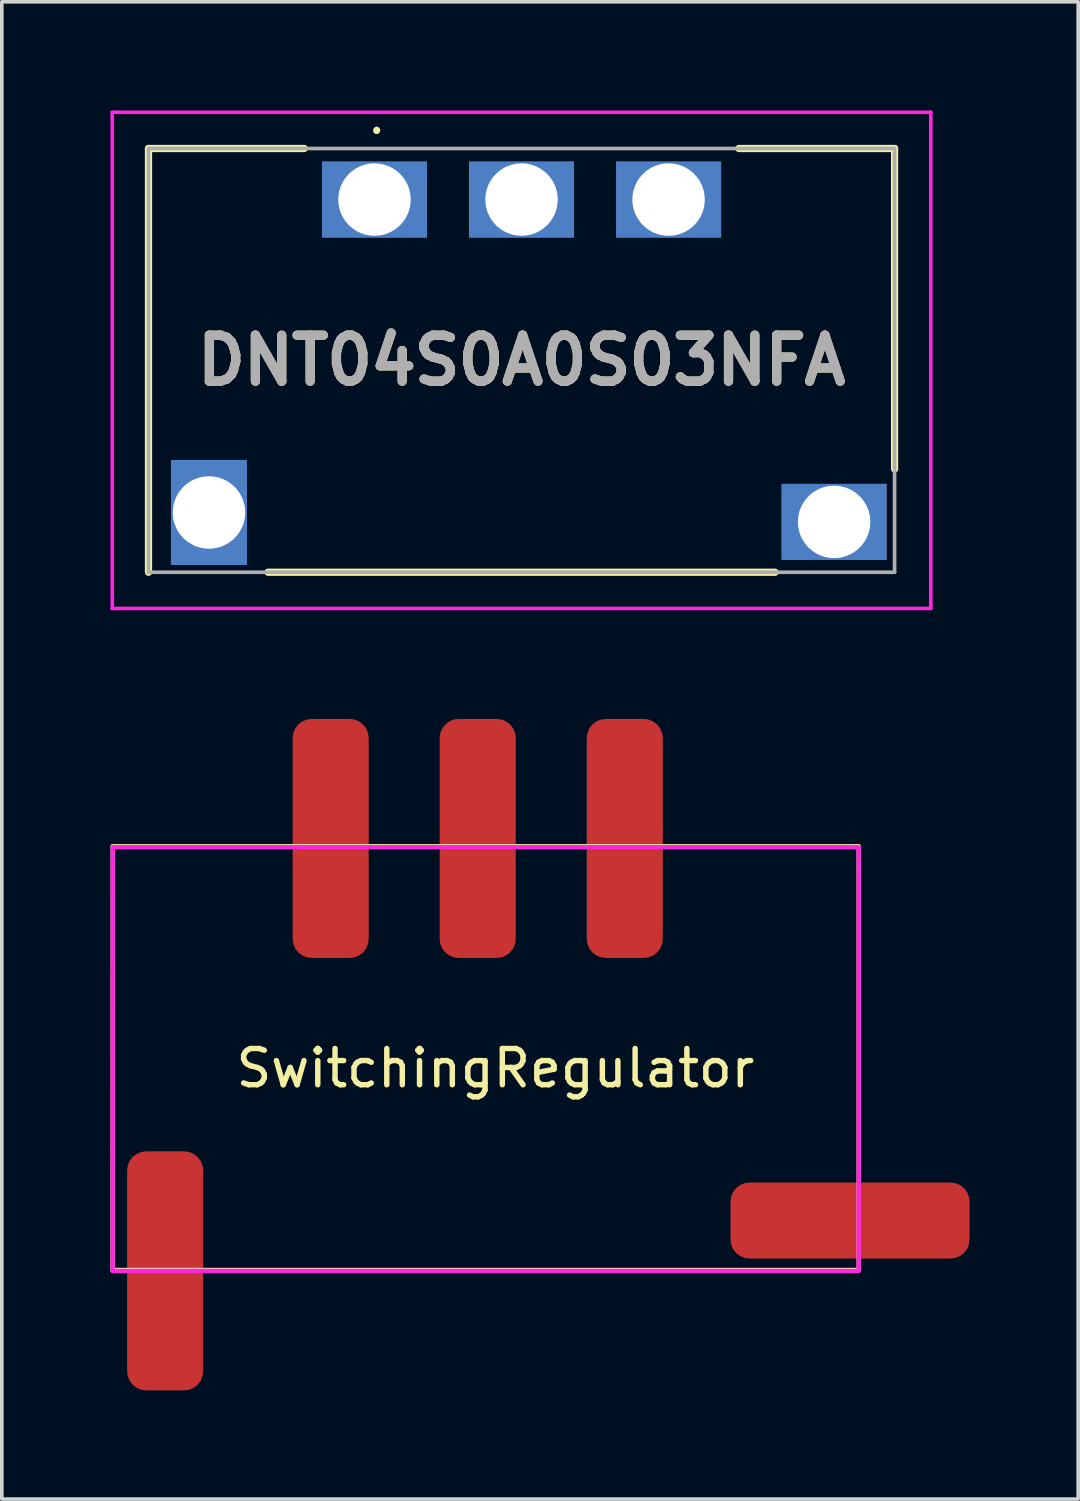
<source format=kicad_pcb>
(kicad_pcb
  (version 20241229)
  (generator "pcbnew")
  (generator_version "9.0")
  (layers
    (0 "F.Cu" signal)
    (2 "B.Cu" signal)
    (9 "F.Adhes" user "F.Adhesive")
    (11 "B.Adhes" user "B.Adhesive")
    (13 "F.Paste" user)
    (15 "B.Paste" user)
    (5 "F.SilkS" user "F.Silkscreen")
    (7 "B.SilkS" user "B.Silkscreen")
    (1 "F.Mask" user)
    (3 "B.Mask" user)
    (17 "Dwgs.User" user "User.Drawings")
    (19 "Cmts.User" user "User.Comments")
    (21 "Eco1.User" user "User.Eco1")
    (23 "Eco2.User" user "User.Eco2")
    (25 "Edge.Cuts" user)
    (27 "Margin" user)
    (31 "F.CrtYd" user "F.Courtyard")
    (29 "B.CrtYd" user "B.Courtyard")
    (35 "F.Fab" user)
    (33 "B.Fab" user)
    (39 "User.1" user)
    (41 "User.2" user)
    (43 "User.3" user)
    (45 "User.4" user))
  (footprint "SwitchingRegulator"
    (layer "F.Cu")
    (at 10.629 25.945)
    (property "Reference" "SwitchingRegulator" (at 0 0.5 0) (layer "F.SilkS") (effects (font (size 1 1) (thickness 0.15))))
    (attr through_hole)
    (fp_line (start -10.569 6.071) (end -10.566 -5.63) (stroke (width 0.12) (type solid)) (layer "F.SilkS"))
    (fp_line (start -10.566 -5.63) (end 10.033 -5.63) (stroke (width 0.12) (type solid)) (layer "F.SilkS"))
    (fp_line (start 10.031 -5.613) (end 10.031 6.071) (stroke (width 0.12) (type solid)) (layer "F.SilkS"))
    (fp_line (start 10.033 6.07) (end -10.566 6.07) (stroke (width 0.12) (type solid)) (layer "F.SilkS"))
    (fp_line (start -10.569 6.096) (end -10.566 -5.605) (stroke (width 0.12) (type solid)) (layer "F.CrtYd"))
    (fp_line (start -10.566 -5.605) (end 10.033 -5.605) (stroke (width 0.12) (type solid)) (layer "F.CrtYd"))
    (fp_line (start 10.031 -5.588) (end 10.031 6.096) (stroke (width 0.12) (type solid)) (layer "F.CrtYd"))
    (fp_line (start 10.033 6.095) (end -10.566 6.095) (stroke (width 0.12) (type solid)) (layer "F.CrtYd"))
    (pad "1" smd roundrect (at 9.791 4.705) (size 6.6 2.1) (layers "F.Cu" "F.Mask" "F.Paste") (roundrect_rratio 0.25))
    (pad "2" smd roundrect (at -9.119 6.095) (size 2.1 6.6) (layers "F.Cu" "F.Mask" "F.Paste") (roundrect_rratio 0.25))
    (pad "3" smd roundrect (at 3.571 -5.845) (size 2.1 6.6) (layers "F.Cu" "F.Mask" "F.Paste") (roundrect_rratio 0.25))
    (pad "4" smd roundrect (at -0.489 -5.845) (size 2.1 6.6) (layers "F.Cu" "F.Mask" "F.Paste") (roundrect_rratio 0.25))
    (pad "5" smd roundrect (at -4.549 -5.845) (size 2.1 6.6) (layers "F.Cu" "F.Mask" "F.Paste") (roundrect_rratio 0.25)))
  (footprint "DNT04S0A0S03NFA"
    (layer "F.Cu")
    (at 11.35 6.9)
    (property "Reference" "DNT04S0A0S03NFA" (at 0 0 0) (layer "F.SilkS") (effects (font (size 1.27 1.27) (thickness 0.254))))
    (attr smd)
    (fp_line (start -10.3 -5.85) (end -6 -5.85) (stroke (width 0.2) (type solid)) (layer "F.SilkS"))
    (fp_line (start -10.3 5.85) (end -10.3 -5.85) (stroke (width 0.2) (type solid)) (layer "F.SilkS"))
    (fp_line (start -7 5.85) (end 7 5.85) (stroke (width 0.2) (type solid)) (layer "F.SilkS"))
    (fp_line (start -4 -6.4) (end -4 -6.4) (stroke (width 0.1) (type solid)) (layer "F.SilkS"))
    (fp_line (start -4 -6.3) (end -4 -6.3) (stroke (width 0.1) (type solid)) (layer "F.SilkS"))
    (fp_line (start 6 -5.85) (end 10.3 -5.85) (stroke (width 0.2) (type solid)) (layer "F.SilkS"))
    (fp_line (start 10.3 -5.85) (end 10.3 3) (stroke (width 0.2) (type solid)) (layer "F.SilkS"))
    (fp_arc (start -4 -6.4) (mid -3.95 -6.35) (end -4 -6.3) (stroke (width 0.1) (type solid)) (layer "F.SilkS"))
    (fp_arc (start -4 -6.3) (mid -4.05 -6.35) (end -4 -6.4) (stroke (width 0.1) (type solid)) (layer "F.SilkS"))
    (fp_line (start -11.3 -6.85) (end 11.3 -6.85) (stroke (width 0.1) (type solid)) (layer "F.CrtYd"))
    (fp_line (start -11.3 6.85) (end -11.3 -6.85) (stroke (width 0.1) (type solid)) (layer "F.CrtYd"))
    (fp_line (start 11.3 -6.85) (end 11.3 6.85) (stroke (width 0.1) (type solid)) (layer "F.CrtYd"))
    (fp_line (start 11.3 6.85) (end -11.3 6.85) (stroke (width 0.1) (type solid)) (layer "F.CrtYd"))
    (fp_line (start -10.3 -5.85) (end 10.3 -5.85) (stroke (width 0.1) (type solid)) (layer "F.Fab"))
    (fp_line (start -10.3 5.85) (end -10.3 -5.85) (stroke (width 0.1) (type solid)) (layer "F.Fab"))
    (fp_line (start 10.3 -5.85) (end 10.3 5.85) (stroke (width 0.1) (type solid)) (layer "F.Fab"))
    (fp_line (start 10.3 5.85) (end -10.3 5.85) (stroke (width 0.1) (type solid)) (layer "F.Fab"))
    (fp_text user "${REFERENCE}" (at 0 0 0) (layer "F.Fab") (effects (font (size 1.27 1.27) (thickness 0.254))))
    (pad "1" thru_hole rect (at -4.06 -4.44 90) (size 2.1 2.9) (drill 2) (layers "*.Cu" "*.Mask"))
    (pad "2" thru_hole rect (at 0 -4.44 90) (size 2.1 2.9) (drill 2) (layers "*.Cu" "*.Mask"))
    (pad "3" thru_hole rect (at 4.06 -4.44 90) (size 2.1 2.9) (drill 2) (layers "*.Cu" "*.Mask"))
    (pad "4" thru_hole rect (at 8.63 4.46 90) (size 2.1 2.9) (drill 2) (layers "*.Cu" "*.Mask"))
    (pad "5" thru_hole rect (at -8.63 4.2) (size 2.1 2.9) (drill 2) (layers "*.Cu" "*.Mask")))
  (gr_rect
    (start -3 -3)
    (end 26.72 38.34)
    (stroke (width 0.1) (type default))
    (fill no)
    (layer "Edge.Cuts")))
</source>
